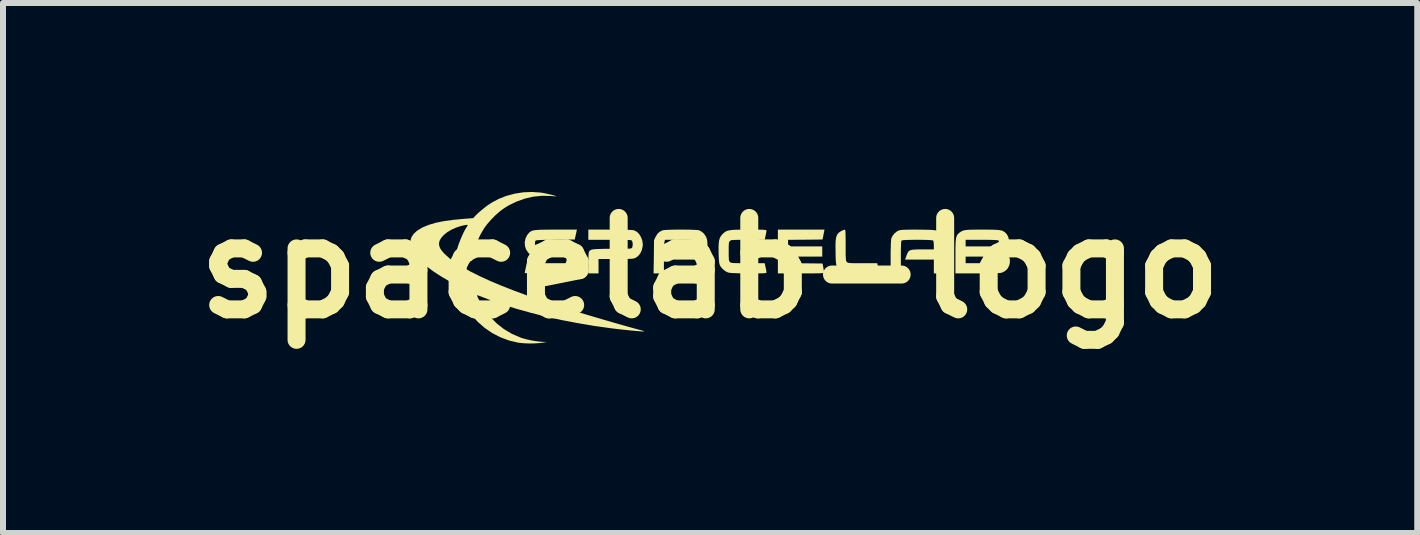
<source format=kicad_pcb>
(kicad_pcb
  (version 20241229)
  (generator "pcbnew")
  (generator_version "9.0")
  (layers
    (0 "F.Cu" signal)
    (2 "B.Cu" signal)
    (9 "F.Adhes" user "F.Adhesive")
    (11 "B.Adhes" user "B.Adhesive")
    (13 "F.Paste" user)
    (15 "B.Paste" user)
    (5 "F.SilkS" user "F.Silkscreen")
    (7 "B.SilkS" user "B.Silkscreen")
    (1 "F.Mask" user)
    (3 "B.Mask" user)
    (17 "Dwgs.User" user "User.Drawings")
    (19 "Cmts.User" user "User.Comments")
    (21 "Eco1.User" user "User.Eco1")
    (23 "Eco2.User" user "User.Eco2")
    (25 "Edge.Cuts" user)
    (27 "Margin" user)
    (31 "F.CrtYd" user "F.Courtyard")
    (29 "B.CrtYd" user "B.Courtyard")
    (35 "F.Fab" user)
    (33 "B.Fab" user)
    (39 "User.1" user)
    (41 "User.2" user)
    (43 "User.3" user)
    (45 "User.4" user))
  (footprint "spacelab-logo"
    (layer "F.Cu")
    (at 8.788 1.418)
    (property "Reference" "spacelab-logo" (at 0 0 0) (layer "F.SilkS") (effects (font (size 1.524 1.524) (thickness 0.3))))
    (attr board_only exclude_from_pos_files exclude_from_bom)
    (fp_poly (pts (xy 1.891 -0.557) (xy 1.874 -0.475) (xy 1.587 -0.472) (xy 1.3 -0.47) (xy 1.3 -0.36) (xy 1.87 -0.36) (xy 1.87 -0.19) (xy 1.3 -0.19) (xy 1.3 -0.08) (xy 1.587 -0.078) (xy 1.875 -0.075) (xy 1.887 -0.01) (xy 1.893 0.026) (xy 1.898 0.056) (xy 1.9 0.072) (xy 1.899 0.077) (xy 1.894 0.081) (xy 1.885 0.083) (xy 1.868 0.086) (xy 1.843 0.087) (xy 1.807 0.089) (xy 1.758 0.089) (xy 1.695 0.09) (xy 1.616 0.09) (xy 1.518 0.09) (xy 1.515 0.09) (xy 1.13 0.09) (xy 1.13 -0.64) (xy 1.907 -0.64)) (stroke (width 0) (type solid)) (fill yes) (layer "F.SilkS"))
    (fp_poly (pts (xy 2.251 -0.635) (xy 2.255 -0.621) (xy 2.257 -0.595) (xy 2.258 -0.555) (xy 2.259 -0.5) (xy 2.26 -0.428) (xy 2.26 -0.38) (xy 2.26 -0.301) (xy 2.26 -0.239) (xy 2.261 -0.193) (xy 2.263 -0.159) (xy 2.265 -0.136) (xy 2.268 -0.12) (xy 2.272 -0.11) (xy 2.278 -0.102) (xy 2.28 -0.1) (xy 2.287 -0.094) (xy 2.297 -0.089) (xy 2.311 -0.085) (xy 2.332 -0.083) (xy 2.363 -0.081) (xy 2.406 -0.08) (xy 2.464 -0.08) (xy 2.54 -0.08) (xy 2.544 -0.08) (xy 2.787 -0.08) (xy 2.799 -0.018) (xy 2.807 0.019) (xy 2.813 0.051) (xy 2.817 0.068) (xy 2.822 0.09) (xy 2.544 0.09) (xy 2.453 0.089) (xy 2.381 0.088) (xy 2.324 0.087) (xy 2.282 0.084) (xy 2.251 0.081) (xy 2.231 0.077) (xy 2.226 0.075) (xy 2.192 0.058) (xy 2.161 0.036) (xy 2.158 0.033) (xy 2.138 0.014) (xy 2.123 -0.005) (xy 2.112 -0.026) (xy 2.104 -0.052) (xy 2.099 -0.085) (xy 2.095 -0.13) (xy 2.093 -0.189) (xy 2.092 -0.261) (xy 2.091 -0.343) (xy 2.091 -0.408) (xy 2.094 -0.458) (xy 2.099 -0.497) (xy 2.106 -0.527) (xy 2.116 -0.551) (xy 2.13 -0.572) (xy 2.132 -0.575) (xy 2.154 -0.596) (xy 2.186 -0.616) (xy 2.219 -0.632) (xy 2.246 -0.64) (xy 2.248 -0.64)) (stroke (width 0) (type solid)) (fill yes) (layer "F.SilkS"))
    (fp_poly (pts (xy -1.555 -0.64) (xy -1.461 -0.639) (xy -1.385 -0.637) (xy -1.328 -0.635) (xy -1.289 -0.632) (xy -1.268 -0.628) (xy -1.222 -0.605) (xy -1.182 -0.565) (xy -1.151 -0.514) (xy -1.13 -0.456) (xy -1.122 -0.394) (xy -1.124 -0.363) (xy -1.139 -0.296) (xy -1.167 -0.239) (xy -1.205 -0.195) (xy -1.244 -0.169) (xy -1.258 -0.164) (xy -1.273 -0.159) (xy -1.294 -0.156) (xy -1.321 -0.154) (xy -1.358 -0.152) (xy -1.407 -0.151) (xy -1.471 -0.15) (xy -1.551 -0.15) (xy -1.573 -0.15) (xy -1.86 -0.15) (xy -1.86 0.09) (xy -2.03 0.09) (xy -2.03 -0.081) (xy -2.029 -0.147) (xy -2.027 -0.202) (xy -2.025 -0.243) (xy -2.021 -0.267) (xy -2.019 -0.272) (xy -2.011 -0.284) (xy -2 -0.294) (xy -1.984 -0.303) (xy -1.961 -0.309) (xy -1.93 -0.313) (xy -1.887 -0.316) (xy -1.832 -0.318) (xy -1.762 -0.32) (xy -1.674 -0.32) (xy -1.626 -0.32) (xy -1.538 -0.32) (xy -1.468 -0.32) (xy -1.414 -0.321) (xy -1.373 -0.322) (xy -1.345 -0.323) (xy -1.325 -0.326) (xy -1.313 -0.329) (xy -1.305 -0.333) (xy -1.301 -0.338) (xy -1.3 -0.339) (xy -1.293 -0.362) (xy -1.29 -0.393) (xy -1.29 -0.395) (xy -1.293 -0.425) (xy -1.3 -0.449) (xy -1.3 -0.451) (xy -1.304 -0.456) (xy -1.31 -0.46) (xy -1.32 -0.463) (xy -1.336 -0.466) (xy -1.36 -0.467) (xy -1.395 -0.469) (xy -1.442 -0.469) (xy -1.502 -0.47) (xy -1.579 -0.47) (xy -1.67 -0.47) (xy -2.03 -0.47) (xy -2.03 -0.64) (xy -1.669 -0.64)) (stroke (width 0) (type solid)) (fill yes) (layer "F.SilkS"))
    (fp_poly (pts (xy -0.413 -0.64) (xy -0.346 -0.639) (xy -0.286 -0.637) (xy -0.237 -0.635) (xy -0.201 -0.632) (xy -0.185 -0.629) (xy -0.141 -0.607) (xy -0.101 -0.571) (xy -0.07 -0.524) (xy -0.055 -0.488) (xy -0.05 -0.467) (xy -0.047 -0.44) (xy -0.044 -0.404) (xy -0.042 -0.357) (xy -0.041 -0.297) (xy -0.04 -0.22) (xy -0.04 -0.173) (xy -0.04 0.09) (xy -0.21 0.09) (xy -0.21 -0.14) (xy -0.451 -0.14) (xy -0.53 -0.14) (xy -0.59 -0.141) (xy -0.634 -0.142) (xy -0.664 -0.144) (xy -0.681 -0.147) (xy -0.688 -0.151) (xy -0.688 -0.152) (xy -0.682 -0.168) (xy -0.672 -0.196) (xy -0.664 -0.219) (xy -0.653 -0.248) (xy -0.641 -0.27) (xy -0.625 -0.286) (xy -0.603 -0.297) (xy -0.571 -0.304) (xy -0.528 -0.308) (xy -0.47 -0.31) (xy -0.398 -0.31) (xy -0.21 -0.31) (xy -0.21 -0.371) (xy -0.21 -0.4) (xy -0.211 -0.423) (xy -0.215 -0.44) (xy -0.224 -0.452) (xy -0.241 -0.461) (xy -0.267 -0.466) (xy -0.306 -0.469) (xy -0.358 -0.47) (xy -0.427 -0.47) (xy -0.491 -0.47) (xy -0.75 -0.47) (xy -0.76 -0.444) (xy -0.763 -0.427) (xy -0.765 -0.393) (xy -0.767 -0.345) (xy -0.769 -0.286) (xy -0.77 -0.219) (xy -0.77 -0.164) (xy -0.77 0.09) (xy -0.942 0.09) (xy -0.938 -0.188) (xy -0.935 -0.465) (xy -0.907 -0.522) (xy -0.878 -0.57) (xy -0.843 -0.603) (xy -0.798 -0.626) (xy -0.791 -0.628) (xy -0.77 -0.632) (xy -0.732 -0.635) (xy -0.681 -0.637) (xy -0.621 -0.639) (xy -0.553 -0.64) (xy -0.483 -0.64)) (stroke (width 0) (type solid)) (fill yes) (layer "F.SilkS"))
    (fp_poly (pts (xy 3.533 -0.639) (xy 3.609 -0.638) (xy 3.672 -0.636) (xy 3.719 -0.633) (xy 3.749 -0.63) (xy 3.755 -0.629) (xy 3.794 -0.61) (xy 3.833 -0.578) (xy 3.866 -0.538) (xy 3.887 -0.496) (xy 3.888 -0.493) (xy 3.892 -0.469) (xy 3.896 -0.426) (xy 3.898 -0.366) (xy 3.899 -0.287) (xy 3.9 -0.189) (xy 3.9 -0.181) (xy 3.9 0.09) (xy 3.73 0.09) (xy 3.73 -0.14) (xy 3.251 -0.14) (xy 3.271 -0.198) (xy 3.284 -0.233) (xy 3.296 -0.26) (xy 3.311 -0.28) (xy 3.332 -0.294) (xy 3.361 -0.303) (xy 3.4 -0.307) (xy 3.453 -0.31) (xy 3.523 -0.31) (xy 3.544 -0.31) (xy 3.73 -0.31) (xy 3.73 -0.378) (xy 3.728 -0.417) (xy 3.724 -0.446) (xy 3.718 -0.458) (xy 3.704 -0.462) (xy 3.674 -0.465) (xy 3.63 -0.468) (xy 3.577 -0.469) (xy 3.516 -0.47) (xy 3.453 -0.471) (xy 3.39 -0.47) (xy 3.33 -0.469) (xy 3.277 -0.468) (xy 3.234 -0.465) (xy 3.204 -0.462) (xy 3.192 -0.458) (xy 3.188 -0.448) (xy 3.185 -0.425) (xy 3.183 -0.387) (xy 3.181 -0.334) (xy 3.18 -0.264) (xy 3.18 -0.178) (xy 3.18 0.09) (xy 3.01 0.09) (xy 3.01 -0.182) (xy 3.01 -0.264) (xy 3.012 -0.337) (xy 3.013 -0.399) (xy 3.016 -0.448) (xy 3.019 -0.481) (xy 3.021 -0.493) (xy 3.042 -0.538) (xy 3.077 -0.58) (xy 3.119 -0.613) (xy 3.135 -0.621) (xy 3.149 -0.627) (xy 3.165 -0.631) (xy 3.187 -0.634) (xy 3.216 -0.637) (xy 3.256 -0.638) (xy 3.308 -0.639) (xy 3.375 -0.64) (xy 3.445 -0.64)) (stroke (width 0) (type solid)) (fill yes) (layer "F.SilkS"))
    (fp_poly (pts (xy 0.731 -0.64) (xy 0.798 -0.64) (xy 0.848 -0.639) (xy 0.886 -0.638) (xy 0.911 -0.636) (xy 0.927 -0.634) (xy 0.936 -0.63) (xy 0.939 -0.626) (xy 0.94 -0.623) (xy 0.938 -0.605) (xy 0.933 -0.576) (xy 0.924 -0.533) (xy 0.915 -0.492) (xy 0.91 -0.47) (xy 0.63 -0.47) (xy 0.548 -0.47) (xy 0.483 -0.47) (xy 0.434 -0.469) (xy 0.397 -0.468) (xy 0.371 -0.466) (xy 0.354 -0.463) (xy 0.343 -0.459) (xy 0.335 -0.454) (xy 0.33 -0.45) (xy 0.322 -0.441) (xy 0.317 -0.429) (xy 0.313 -0.411) (xy 0.311 -0.383) (xy 0.31 -0.343) (xy 0.31 -0.286) (xy 0.31 -0.275) (xy 0.31 -0.215) (xy 0.311 -0.173) (xy 0.313 -0.143) (xy 0.316 -0.124) (xy 0.321 -0.111) (xy 0.329 -0.101) (xy 0.33 -0.1) (xy 0.337 -0.094) (xy 0.346 -0.09) (xy 0.359 -0.086) (xy 0.378 -0.084) (xy 0.407 -0.082) (xy 0.447 -0.081) (xy 0.501 -0.08) (xy 0.57 -0.08) (xy 0.63 -0.08) (xy 0.91 -0.08) (xy 0.915 -0.058) (xy 0.927 -0.002) (xy 0.935 0.036) (xy 0.939 0.061) (xy 0.94 0.072) (xy 0.939 0.078) (xy 0.934 0.081) (xy 0.923 0.084) (xy 0.905 0.087) (xy 0.876 0.088) (xy 0.836 0.089) (xy 0.781 0.089) (xy 0.71 0.089) (xy 0.642 0.089) (xy 0.549 0.089) (xy 0.473 0.088) (xy 0.413 0.086) (xy 0.368 0.084) (xy 0.334 0.081) (xy 0.309 0.077) (xy 0.299 0.075) (xy 0.253 0.052) (xy 0.208 0.016) (xy 0.173 -0.028) (xy 0.162 -0.049) (xy 0.155 -0.071) (xy 0.15 -0.102) (xy 0.146 -0.147) (xy 0.143 -0.208) (xy 0.142 -0.252) (xy 0.141 -0.332) (xy 0.143 -0.396) (xy 0.148 -0.446) (xy 0.157 -0.486) (xy 0.172 -0.519) (xy 0.191 -0.547) (xy 0.211 -0.569) (xy 0.231 -0.587) (xy 0.251 -0.603) (xy 0.273 -0.615) (xy 0.299 -0.624) (xy 0.333 -0.63) (xy 0.376 -0.635) (xy 0.43 -0.638) (xy 0.498 -0.639) (xy 0.583 -0.64) (xy 0.647 -0.64)) (stroke (width 0) (type solid)) (fill yes) (layer "F.SilkS"))
    (fp_poly (pts (xy -2.225 -0.618) (xy -2.23 -0.596) (xy -2.237 -0.563) (xy -2.243 -0.535) (xy -2.257 -0.475) (xy -2.575 -0.472) (xy -2.679 -0.471) (xy -2.763 -0.469) (xy -2.828 -0.467) (xy -2.873 -0.464) (xy -2.9 -0.461) (xy -2.907 -0.459) (xy -2.917 -0.44) (xy -2.92 -0.412) (xy -2.915 -0.385) (xy -2.908 -0.372) (xy -2.897 -0.368) (xy -2.874 -0.365) (xy -2.836 -0.362) (xy -2.781 -0.361) (xy -2.71 -0.36) (xy -2.64 -0.36) (xy -2.561 -0.36) (xy -2.498 -0.359) (xy -2.45 -0.358) (xy -2.415 -0.356) (xy -2.388 -0.353) (xy -2.369 -0.35) (xy -2.353 -0.345) (xy -2.345 -0.341) (xy -2.295 -0.308) (xy -2.257 -0.259) (xy -2.234 -0.202) (xy -2.224 -0.163) (xy -2.222 -0.131) (xy -2.228 -0.093) (xy -2.228 -0.09) (xy -2.249 -0.028) (xy -2.283 0.023) (xy -2.327 0.06) (xy -2.335 0.064) (xy -2.346 0.07) (xy -2.359 0.074) (xy -2.374 0.078) (xy -2.395 0.08) (xy -2.424 0.083) (xy -2.461 0.084) (xy -2.511 0.085) (xy -2.575 0.086) (xy -2.655 0.087) (xy -2.732 0.088) (xy -2.815 0.088) (xy -2.89 0.088) (xy -2.957 0.088) (xy -3.013 0.087) (xy -3.055 0.086) (xy -3.081 0.085) (xy -3.09 0.083) (xy -3.088 0.07) (xy -3.083 0.043) (xy -3.075 0.007) (xy -3.073 -0.002) (xy -3.057 -0.08) (xy -2.41 -0.08) (xy -2.398 -0.105) (xy -2.392 -0.14) (xy -2.396 -0.158) (xy -2.405 -0.185) (xy -2.675 -0.19) (xy -2.761 -0.192) (xy -2.828 -0.194) (xy -2.881 -0.196) (xy -2.922 -0.2) (xy -2.952 -0.205) (xy -2.976 -0.212) (xy -2.994 -0.222) (xy -3.01 -0.235) (xy -3.027 -0.251) (xy -3.032 -0.257) (xy -3.067 -0.307) (xy -3.086 -0.366) (xy -3.09 -0.429) (xy -3.078 -0.491) (xy -3.051 -0.547) (xy -3.038 -0.564) (xy -3.022 -0.583) (xy -3.007 -0.598) (xy -2.99 -0.61) (xy -2.97 -0.62) (xy -2.944 -0.627) (xy -2.911 -0.632) (xy -2.867 -0.636) (xy -2.812 -0.638) (xy -2.743 -0.639) (xy -2.657 -0.64) (xy -2.572 -0.64) (xy -2.22 -0.64)) (stroke (width 0) (type solid)) (fill yes) (layer "F.SilkS"))
    (fp_poly (pts (xy 4.629 -0.64) (xy 4.7 -0.639) (xy 4.756 -0.637) (xy 4.799 -0.635) (xy 4.833 -0.63) (xy 4.859 -0.625) (xy 4.881 -0.617) (xy 4.899 -0.606) (xy 4.913 -0.598) (xy 4.948 -0.561) (xy 4.972 -0.514) (xy 4.983 -0.459) (xy 4.981 -0.402) (xy 4.965 -0.348) (xy 4.943 -0.312) (xy 4.918 -0.278) (xy 4.948 -0.247) (xy 4.98 -0.199) (xy 4.997 -0.145) (xy 4.998 -0.089) (xy 4.984 -0.036) (xy 4.957 0.013) (xy 4.917 0.051) (xy 4.866 0.077) (xy 4.863 0.078) (xy 4.843 0.082) (xy 4.809 0.084) (xy 4.759 0.087) (xy 4.693 0.088) (xy 4.609 0.089) (xy 4.507 0.09) (xy 4.456 0.09) (xy 4.09 0.09) (xy 4.09 -0.08) (xy 4.26 -0.08) (xy 4.533 -0.08) (xy 4.622 -0.08) (xy 4.692 -0.081) (xy 4.746 -0.083) (xy 4.784 -0.085) (xy 4.807 -0.088) (xy 4.818 -0.092) (xy 4.818 -0.092) (xy 4.827 -0.113) (xy 4.829 -0.141) (xy 4.824 -0.168) (xy 4.818 -0.178) (xy 4.808 -0.182) (xy 4.785 -0.185) (xy 4.748 -0.187) (xy 4.695 -0.189) (xy 4.626 -0.19) (xy 4.537 -0.19) (xy 4.26 -0.19) (xy 4.26 -0.08) (xy 4.09 -0.08) (xy 4.09 -0.198) (xy 4.09 -0.29) (xy 4.091 -0.36) (xy 4.26 -0.36) (xy 4.528 -0.36) (xy 4.616 -0.36) (xy 4.686 -0.361) (xy 4.738 -0.363) (xy 4.775 -0.365) (xy 4.798 -0.368) (xy 4.808 -0.372) (xy 4.817 -0.393) (xy 4.819 -0.421) (xy 4.814 -0.448) (xy 4.808 -0.458) (xy 4.798 -0.462) (xy 4.775 -0.465) (xy 4.737 -0.467) (xy 4.684 -0.469) (xy 4.614 -0.47) (xy 4.528 -0.47) (xy 4.26 -0.47) (xy 4.26 -0.36) (xy 4.091 -0.36) (xy 4.091 -0.365) (xy 4.093 -0.424) (xy 4.097 -0.47) (xy 4.103 -0.505) (xy 4.11 -0.532) (xy 4.121 -0.553) (xy 4.135 -0.57) (xy 4.152 -0.585) (xy 4.161 -0.592) (xy 4.181 -0.606) (xy 4.2 -0.616) (xy 4.222 -0.625) (xy 4.248 -0.631) (xy 4.283 -0.635) (xy 4.327 -0.638) (xy 4.384 -0.639) (xy 4.456 -0.64) (xy 4.54 -0.64)) (stroke (width 0) (type solid)) (fill yes) (layer "F.SilkS"))
    (fp_poly (pts (xy -2.83 -1.258) (xy -2.815 -1.256) (xy -2.777 -1.25) (xy -2.733 -1.241) (xy -2.687 -1.231) (xy -2.643 -1.22) (xy -2.605 -1.21) (xy -2.577 -1.202) (xy -2.563 -1.196) (xy -2.562 -1.195) (xy -2.573 -1.195) (xy -2.599 -1.196) (xy -2.635 -1.199) (xy -2.66 -1.201) (xy -2.801 -1.204) (xy -2.945 -1.19) (xy -3.088 -1.157) (xy -3.228 -1.107) (xy -3.362 -1.042) (xy -3.447 -0.988) (xy -3.514 -0.937) (xy -3.585 -0.874) (xy -3.654 -0.803) (xy -3.716 -0.732) (xy -3.763 -0.669) (xy -3.824 -0.566) (xy -3.876 -0.458) (xy -3.917 -0.349) (xy -3.945 -0.245) (xy -3.956 -0.181) (xy -3.961 -0.149) (xy -3.966 -0.127) (xy -3.971 -0.12) (xy -3.984 -0.125) (xy -4.01 -0.139) (xy -4.045 -0.159) (xy -4.085 -0.183) (xy -4.126 -0.208) (xy -4.162 -0.232) (xy -4.199 -0.26) (xy -4.217 -0.282) (xy -4.22 -0.291) (xy -4.216 -0.32) (xy -4.204 -0.362) (xy -4.185 -0.414) (xy -4.163 -0.471) (xy -4.138 -0.53) (xy -4.112 -0.586) (xy -4.087 -0.636) (xy -4.064 -0.674) (xy -4.059 -0.682) (xy -4.046 -0.702) (xy -4.04 -0.714) (xy -4.04 -0.714) (xy -4.048 -0.719) (xy -4.071 -0.718) (xy -4.111 -0.71) (xy -4.154 -0.7) (xy -4.237 -0.673) (xy -4.313 -0.638) (xy -4.381 -0.598) (xy -4.437 -0.553) (xy -4.481 -0.505) (xy -4.509 -0.457) (xy -4.52 -0.41) (xy -4.52 -0.407) (xy -4.515 -0.367) (xy -4.5 -0.328) (xy -4.472 -0.287) (xy -4.43 -0.239) (xy -4.415 -0.225) (xy -4.339 -0.157) (xy -4.243 -0.087) (xy -4.128 -0.015) (xy -3.995 0.059) (xy -3.843 0.135) (xy -3.673 0.213) (xy -3.486 0.292) (xy -3.282 0.372) (xy -3.062 0.454) (xy -2.825 0.536) (xy -2.572 0.619) (xy -2.545 0.628) (xy -2.436 0.663) (xy -2.314 0.7) (xy -2.184 0.74) (xy -2.048 0.781) (xy -1.909 0.822) (xy -1.77 0.863) (xy -1.635 0.902) (xy -1.506 0.939) (xy -1.386 0.973) (xy -1.279 1.003) (xy -1.187 1.028) (xy -1.176 1.031) (xy -1.139 1.041) (xy -1.111 1.05) (xy -1.098 1.056) (xy -1.098 1.058) (xy -1.113 1.058) (xy -1.144 1.057) (xy -1.191 1.053) (xy -1.249 1.048) (xy -1.317 1.042) (xy -1.391 1.034) (xy -1.469 1.026) (xy -1.549 1.017) (xy -1.628 1.007) (xy -1.655 1.004) (xy -1.928 0.966) (xy -2.2 0.92) (xy -2.468 0.869) (xy -2.73 0.811) (xy -2.984 0.748) (xy -3.227 0.68) (xy -3.456 0.608) (xy -3.669 0.533) (xy -3.758 0.499) (xy -3.804 0.481) (xy -3.843 0.466) (xy -3.872 0.457) (xy -3.886 0.453) (xy -3.887 0.453) (xy -3.884 0.463) (xy -3.874 0.487) (xy -3.858 0.522) (xy -3.838 0.561) (xy -3.759 0.695) (xy -3.664 0.817) (xy -3.556 0.925) (xy -3.436 1.019) (xy -3.305 1.097) (xy -3.164 1.158) (xy -3.13 1.17) (xy -3.065 1.188) (xy -2.988 1.205) (xy -2.908 1.219) (xy -2.833 1.228) (xy -2.779 1.231) (xy -2.725 1.233) (xy -2.8 1.246) (xy -2.862 1.253) (xy -2.937 1.257) (xy -3.018 1.258) (xy -3.098 1.255) (xy -3.17 1.248) (xy -3.199 1.244) (xy -3.35 1.209) (xy -3.495 1.155) (xy -3.631 1.085) (xy -3.757 0.999) (xy -3.872 0.899) (xy -3.975 0.786) (xy -4.064 0.66) (xy -4.137 0.524) (xy -4.191 0.387) (xy -4.223 0.29) (xy -4.334 0.228) (xy -4.48 0.143) (xy -4.608 0.06) (xy -4.718 -0.022) (xy -4.81 -0.101) (xy -4.884 -0.178) (xy -4.94 -0.252) (xy -4.977 -0.323) (xy -4.996 -0.39) (xy -4.996 -0.454) (xy -4.978 -0.514) (xy -4.94 -0.571) (xy -4.884 -0.622) (xy -4.808 -0.669) (xy -4.782 -0.682) (xy -4.685 -0.721) (xy -4.572 -0.754) (xy -4.441 -0.781) (xy -4.291 -0.802) (xy -4.123 -0.818) (xy -4.103 -0.82) (xy -3.95 -0.831) (xy -3.903 -0.882) (xy -3.865 -0.918) (xy -3.815 -0.961) (xy -3.76 -1.006) (xy -3.703 -1.049) (xy -3.65 -1.084) (xy -3.645 -1.087) (xy -3.525 -1.152) (xy -3.394 -1.203) (xy -3.255 -1.24) (xy -3.112 -1.262) (xy -2.969 -1.268)) (stroke (width 0) (type solid)) (fill yes) (layer "F.SilkS")))
  (gr_rect
    (start -3 -3)
    (end 20.577 5.836)
    (stroke (width 0.1) (type default))
    (fill no)
    (layer "Edge.Cuts")))
</source>
